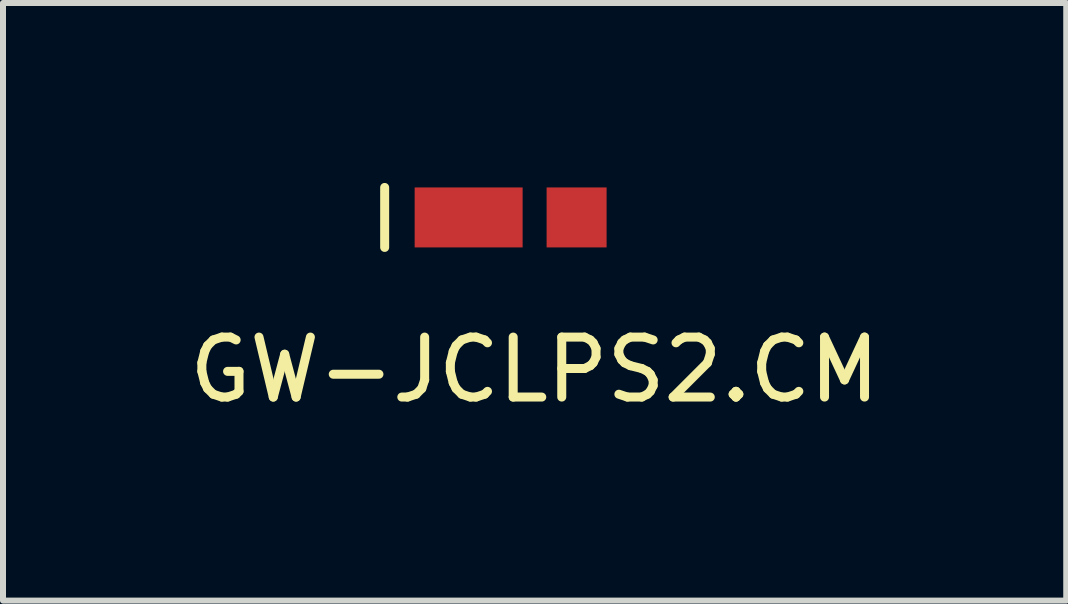
<source format=kicad_pcb>
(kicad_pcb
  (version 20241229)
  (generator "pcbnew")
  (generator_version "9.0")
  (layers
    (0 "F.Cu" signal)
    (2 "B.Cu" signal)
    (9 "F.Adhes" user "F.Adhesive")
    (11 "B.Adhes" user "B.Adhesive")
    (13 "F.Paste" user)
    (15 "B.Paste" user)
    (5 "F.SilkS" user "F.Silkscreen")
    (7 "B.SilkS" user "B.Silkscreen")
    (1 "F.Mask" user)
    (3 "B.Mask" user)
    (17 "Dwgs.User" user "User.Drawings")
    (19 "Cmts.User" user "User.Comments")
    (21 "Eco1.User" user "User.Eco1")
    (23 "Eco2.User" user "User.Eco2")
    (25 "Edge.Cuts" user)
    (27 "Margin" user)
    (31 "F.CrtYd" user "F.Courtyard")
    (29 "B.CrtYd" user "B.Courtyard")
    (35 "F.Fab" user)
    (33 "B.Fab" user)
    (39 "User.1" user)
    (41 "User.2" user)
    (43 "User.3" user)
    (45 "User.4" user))
  (footprint "GW-JCLPS2.CM"
    (layer "F.Cu")
    (at 5.863 0.575)
    (property "Reference" "GW-JCLPS2.CM" (at 0 2.54 0) (layer "F.SilkS") (effects (font (size 1 1) (thickness 0.15))))
    (attr through_hole)
    (fp_line (start -2.5 -0.5) (end -2.5 0.5) (stroke (width 0.15) (type solid)) (layer "F.SilkS"))
    (pad "1" smd rect (at -1.1 0) (size 1.8 1) (layers "F.Cu" "F.Mask" "F.Paste"))
    (pad "2" smd rect (at 0.7 0) (size 1 1) (layers "F.Cu" "F.Mask" "F.Paste")))
  (gr_rect
    (start -3 -3)
    (end 14.726 6.963)
    (stroke (width 0.1) (type default))
    (fill no)
    (layer "Edge.Cuts")))
</source>
